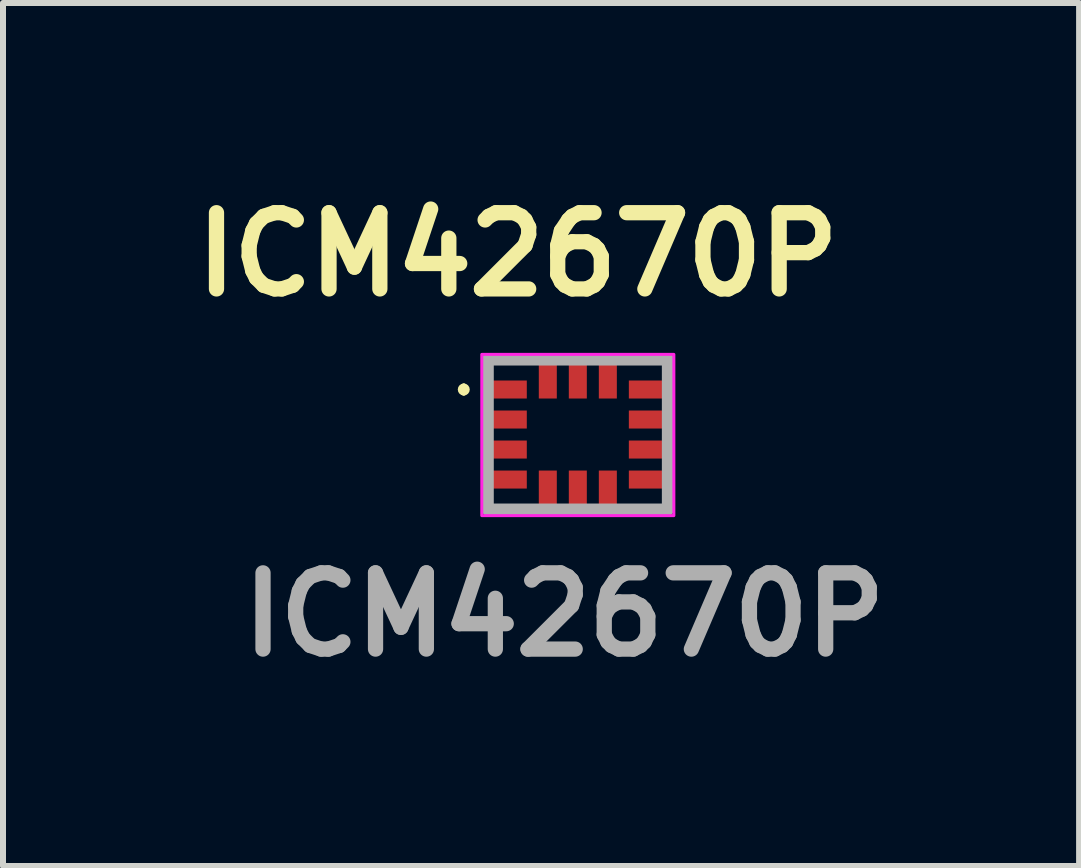
<source format=kicad_pcb>
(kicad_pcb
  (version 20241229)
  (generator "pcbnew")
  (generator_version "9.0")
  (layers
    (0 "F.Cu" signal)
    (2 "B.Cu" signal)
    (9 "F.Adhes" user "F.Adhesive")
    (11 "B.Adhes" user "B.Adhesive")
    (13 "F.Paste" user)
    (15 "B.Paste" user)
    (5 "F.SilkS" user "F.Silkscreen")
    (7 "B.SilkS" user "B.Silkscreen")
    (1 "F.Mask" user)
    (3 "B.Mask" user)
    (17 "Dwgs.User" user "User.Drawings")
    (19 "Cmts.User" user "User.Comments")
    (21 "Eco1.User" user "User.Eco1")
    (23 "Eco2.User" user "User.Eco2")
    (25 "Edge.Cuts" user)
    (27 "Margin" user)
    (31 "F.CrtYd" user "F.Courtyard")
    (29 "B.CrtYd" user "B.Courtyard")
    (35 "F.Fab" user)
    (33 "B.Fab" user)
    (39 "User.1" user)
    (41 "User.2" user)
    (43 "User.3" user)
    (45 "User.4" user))
  (footprint "ICM42670P"
    (layer "F.Cu")
    (at 6.576 4.189)
    (property "Reference" "ICM42670P" (at -1 -3 0) (layer "F.SilkS") (effects (font (size 1.27 1.27) (thickness 0.254))))
    (attr smd)
    (fp_line (start -1.9 -0.8) (end -1.9 -0.8) (stroke (width 0.1) (type solid)) (layer "F.SilkS"))
    (fp_line (start -1.9 -0.7) (end -1.9 -0.7) (stroke (width 0.1) (type solid)) (layer "F.SilkS"))
    (fp_line (start -1.5 -1.25) (end -0.8 -1.25) (stroke (width 0.1) (type solid)) (layer "F.SilkS"))
    (fp_line (start -1.5 -1) (end -1.5 -1.25) (stroke (width 0.1) (type solid)) (layer "F.SilkS"))
    (fp_line (start -1.5 1.1) (end -1.5 1.25) (stroke (width 0.1) (type solid)) (layer "F.SilkS"))
    (fp_line (start -1.5 1.25) (end -0.8 1.25) (stroke (width 0.1) (type solid)) (layer "F.SilkS"))
    (fp_line (start 0.8 -1.25) (end 1.5 -1.25) (stroke (width 0.1) (type solid)) (layer "F.SilkS"))
    (fp_line (start 0.8 1.25) (end 1.5 1.25) (stroke (width 0.1) (type solid)) (layer "F.SilkS"))
    (fp_line (start 1.5 -1.25) (end 1.5 -1) (stroke (width 0.1) (type solid)) (layer "F.SilkS"))
    (fp_line (start 1.5 1.25) (end 1.5 1) (stroke (width 0.1) (type solid)) (layer "F.SilkS"))
    (fp_arc (start -1.9 -0.8) (mid -1.85 -0.75) (end -1.9 -0.7) (stroke (width 0.1) (type solid)) (layer "F.SilkS"))
    (fp_arc (start -1.9 -0.7) (mid -1.95 -0.75) (end -1.9 -0.8) (stroke (width 0.1) (type solid)) (layer "F.SilkS"))
    (fp_rect (start -1.6 -1.335) (end 1.6 1.351) (stroke (width 0.05) (type default)) (fill no) (layer "F.CrtYd"))
    (fp_line (start -1.5 -1.25) (end 1.5 -1.25) (stroke (width 0.2) (type solid)) (layer "F.Fab"))
    (fp_line (start -1.5 1.25) (end -1.5 -1.25) (stroke (width 0.2) (type solid)) (layer "F.Fab"))
    (fp_line (start 1.5 -1.25) (end 1.5 1.25) (stroke (width 0.2) (type solid)) (layer "F.Fab"))
    (fp_line (start 1.5 1.25) (end -1.5 1.25) (stroke (width 0.2) (type solid)) (layer "F.Fab"))
    (fp_text user "${REFERENCE}" (at -0.225 3 0) (layer "F.Fab") (effects (font (size 1.27 1.27) (thickness 0.254))))
    (pad "1" smd rect (at -1.15 -0.75 90) (size 0.3 0.6) (layers "F.Cu" "F.Mask" "F.Paste"))
    (pad "2" smd rect (at -1.15 -0.25 90) (size 0.3 0.6) (layers "F.Cu" "F.Mask" "F.Paste"))
    (pad "3" smd rect (at -1.15 0.25 90) (size 0.3 0.6) (layers "F.Cu" "F.Mask" "F.Paste"))
    (pad "4" smd rect (at -1.15 0.75 90) (size 0.3 0.6) (layers "F.Cu" "F.Mask" "F.Paste"))
    (pad "5" smd rect (at -0.5 0.9) (size 0.3 0.6) (layers "F.Cu" "F.Mask" "F.Paste"))
    (pad "6" smd rect (at 0 0.9) (size 0.3 0.6) (layers "F.Cu" "F.Mask" "F.Paste"))
    (pad "7" smd rect (at 0.5 0.9) (size 0.3 0.6) (layers "F.Cu" "F.Mask" "F.Paste"))
    (pad "8" smd rect (at 1.15 0.75 90) (size 0.3 0.6) (layers "F.Cu" "F.Mask" "F.Paste"))
    (pad "9" smd rect (at 1.15 0.25 90) (size 0.3 0.6) (layers "F.Cu" "F.Mask" "F.Paste"))
    (pad "10" smd rect (at 1.15 -0.25 90) (size 0.3 0.6) (layers "F.Cu" "F.Mask" "F.Paste"))
    (pad "11" smd rect (at 1.15 -0.75 90) (size 0.3 0.6) (layers "F.Cu" "F.Mask" "F.Paste"))
    (pad "12" smd rect (at 0.5 -0.9) (size 0.3 0.6) (layers "F.Cu" "F.Mask" "F.Paste"))
    (pad "13" smd rect (at 0 -0.9) (size 0.3 0.6) (layers "F.Cu" "F.Mask" "F.Paste"))
    (pad "14" smd rect (at -0.5 -0.9) (size 0.3 0.6) (layers "F.Cu" "F.Mask" "F.Paste")))
  (gr_rect
    (start -3 -3)
    (end 14.927 11.377)
    (stroke (width 0.1) (type default))
    (fill no)
    (layer "Edge.Cuts")))
</source>
